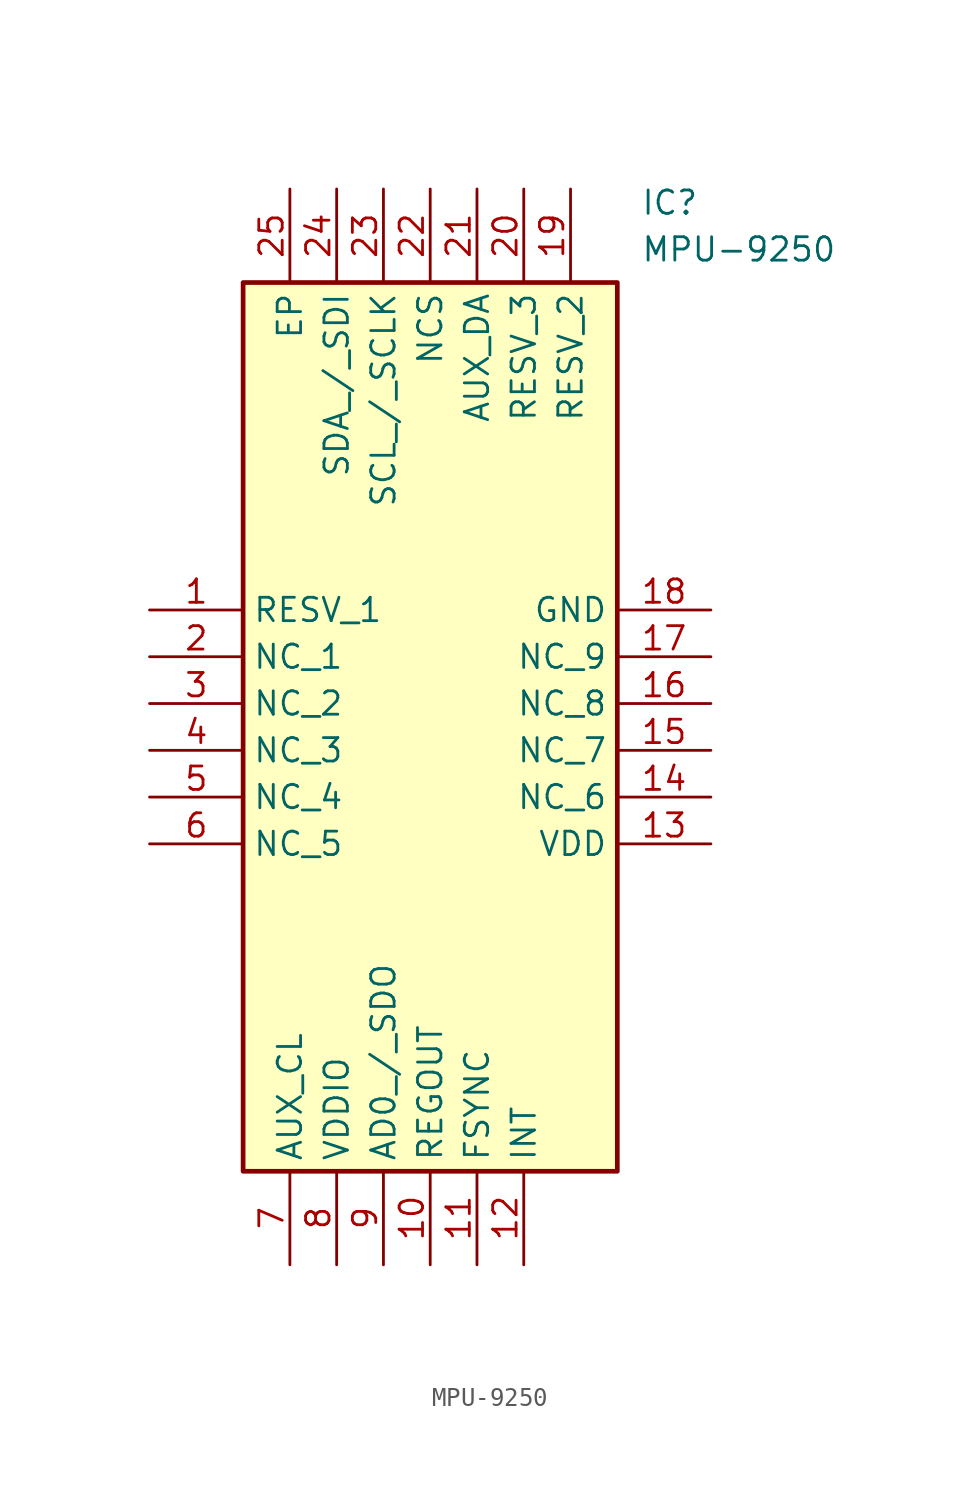
<source format=kicad_sym>
(kicad_symbol_lib
  (version 20211014)
  (generator SamacSys_ECAD_Model)
  (symbol "MPU-9250"
    (property "Reference" "IC"
      (at 26.67 22.86 0)
      (effects (font (size 1.27 1.27)) (justify left top)))
    (property "Value" "MPU-9250"
      (at 26.67 20.32 0)
      (effects (font (size 1.27 1.27)) (justify left top)))
    (rectangle
      (start 5.08 17.78)
      (end 25.4 -30.48)
      (stroke (width 0.254) (type default))
      (fill (type background)))
    (pin passive line
      (at 0 0 0)
      (length 5.08)
      (name "RESV_1" (effects (font (size 1.27 1.27))))
      (number "1" (effects (font (size 1.27 1.27)))))
    (pin passive line
      (at 0 -2.54 0)
      (length 5.08)
      (name "NC_1" (effects (font (size 1.27 1.27))))
      (number "2" (effects (font (size 1.27 1.27)))))
    (pin passive line
      (at 0 -5.08 0)
      (length 5.08)
      (name "NC_2" (effects (font (size 1.27 1.27))))
      (number "3" (effects (font (size 1.27 1.27)))))
    (pin passive line
      (at 0 -7.62 0)
      (length 5.08)
      (name "NC_3" (effects (font (size 1.27 1.27))))
      (number "4" (effects (font (size 1.27 1.27)))))
    (pin passive line
      (at 0 -10.16 0)
      (length 5.08)
      (name "NC_4" (effects (font (size 1.27 1.27))))
      (number "5" (effects (font (size 1.27 1.27)))))
    (pin passive line
      (at 0 -12.7 0)
      (length 5.08)
      (name "NC_5" (effects (font (size 1.27 1.27))))
      (number "6" (effects (font (size 1.27 1.27)))))
    (pin passive line
      (at 7.62 -35.56 90)
      (length 5.08)
      (name "AUX_CL" (effects (font (size 1.27 1.27))))
      (number "7" (effects (font (size 1.27 1.27)))))
    (pin passive line
      (at 10.16 -35.56 90)
      (length 5.08)
      (name "VDDIO" (effects (font (size 1.27 1.27))))
      (number "8" (effects (font (size 1.27 1.27)))))
    (pin passive line
      (at 12.7 -35.56 90)
      (length 5.08)
      (name "AD0_/_SDO" (effects (font (size 1.27 1.27))))
      (number "9" (effects (font (size 1.27 1.27)))))
    (pin passive line
      (at 15.24 -35.56 90)
      (length 5.08)
      (name "REGOUT" (effects (font (size 1.27 1.27))))
      (number "10" (effects (font (size 1.27 1.27)))))
    (pin passive line
      (at 17.78 -35.56 90)
      (length 5.08)
      (name "FSYNC" (effects (font (size 1.27 1.27))))
      (number "11" (effects (font (size 1.27 1.27)))))
    (pin passive line
      (at 20.32 -35.56 90)
      (length 5.08)
      (name "INT" (effects (font (size 1.27 1.27))))
      (number "12" (effects (font (size 1.27 1.27)))))
    (pin passive line
      (at 30.48 0 180)
      (length 5.08)
      (name "GND" (effects (font (size 1.27 1.27))))
      (number "18" (effects (font (size 1.27 1.27)))))
    (pin passive line
      (at 30.48 -2.54 180)
      (length 5.08)
      (name "NC_9" (effects (font (size 1.27 1.27))))
      (number "17" (effects (font (size 1.27 1.27)))))
    (pin passive line
      (at 30.48 -5.08 180)
      (length 5.08)
      (name "NC_8" (effects (font (size 1.27 1.27))))
      (number "16" (effects (font (size 1.27 1.27)))))
    (pin passive line
      (at 30.48 -7.62 180)
      (length 5.08)
      (name "NC_7" (effects (font (size 1.27 1.27))))
      (number "15" (effects (font (size 1.27 1.27)))))
    (pin passive line
      (at 30.48 -10.16 180)
      (length 5.08)
      (name "NC_6" (effects (font (size 1.27 1.27))))
      (number "14" (effects (font (size 1.27 1.27)))))
    (pin passive line
      (at 30.48 -12.7 180)
      (length 5.08)
      (name "VDD" (effects (font (size 1.27 1.27))))
      (number "13" (effects (font (size 1.27 1.27)))))
    (pin passive line
      (at 7.62 22.86 270)
      (length 5.08)
      (name "EP" (effects (font (size 1.27 1.27))))
      (number "25" (effects (font (size 1.27 1.27)))))
    (pin passive line
      (at 10.16 22.86 270)
      (length 5.08)
      (name "SDA_/_SDI" (effects (font (size 1.27 1.27))))
      (number "24" (effects (font (size 1.27 1.27)))))
    (pin passive line
      (at 12.7 22.86 270)
      (length 5.08)
      (name "SCL_/_SCLK" (effects (font (size 1.27 1.27))))
      (number "23" (effects (font (size 1.27 1.27)))))
    (pin passive line
      (at 15.24 22.86 270)
      (length 5.08)
      (name "NCS" (effects (font (size 1.27 1.27))))
      (number "22" (effects (font (size 1.27 1.27)))))
    (pin passive line
      (at 17.78 22.86 270)
      (length 5.08)
      (name "AUX_DA" (effects (font (size 1.27 1.27))))
      (number "21" (effects (font (size 1.27 1.27)))))
    (pin passive line
      (at 20.32 22.86 270)
      (length 5.08)
      (name "RESV_3" (effects (font (size 1.27 1.27))))
      (number "20" (effects (font (size 1.27 1.27)))))
    (pin passive line
      (at 22.86 22.86 270)
      (length 5.08)
      (name "RESV_2" (effects (font (size 1.27 1.27))))
      (number "19" (effects (font (size 1.27 1.27)))))))
</source>
